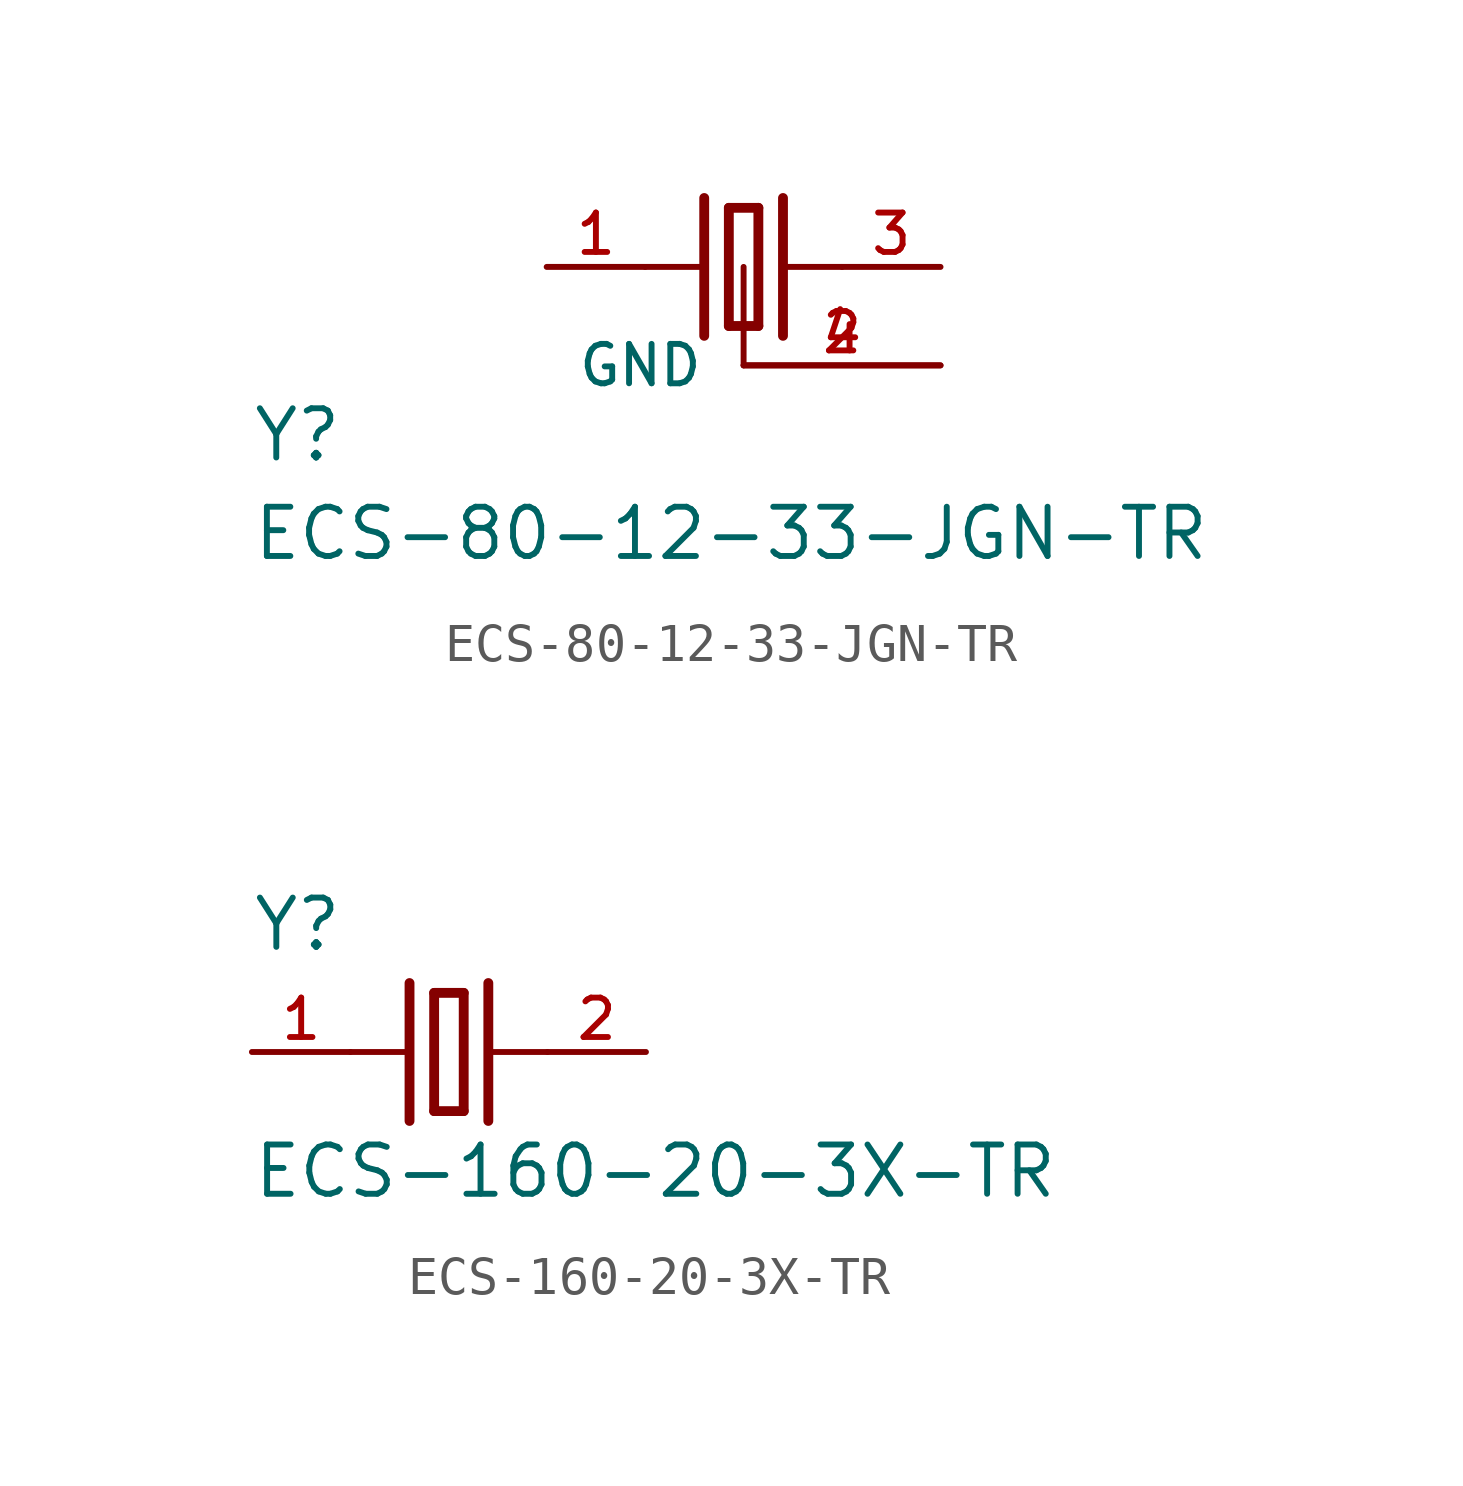
<source format=kicad_sym>
(kicad_symbol_lib
  (version 20220914)
  (generator kicad_symbol_editor)
  (symbol "ECS-80-12-33-JGN-TR"
    (pin_names
      (offset 1.016))
    (property "Reference" "Y"
      (at -12.7 -5.08 0)
      (effects (font (size 1.27 1.27)) (justify left bottom)))
    (property "Value" "ECS-80-12-33-JGN-TR"
      (at -12.7 -7.62 0)
      (effects (font (size 1.27 1.27)) (justify left bottom)))
    (symbol "ECS-80-12-33-JGN-TR_0_0"
      (polyline (pts (xy -2.54 0) (xy -1.016 0)) (stroke (width 0.152) (type default)) (fill (type none)))
      (polyline (pts (xy -1.016 1.778) (xy -1.016 -1.778)) (stroke (width 0.254) (type default)) (fill (type none)))
      (polyline (pts (xy -0.381 -1.524) (xy 0.381 -1.524)) (stroke (width 0.254) (type default)) (fill (type none)))
      (polyline (pts (xy -0.381 1.524) (xy -0.381 -1.524)) (stroke (width 0.254) (type default)) (fill (type none)))
      (polyline (pts (xy 0.381 -1.524) (xy 0.381 1.524)) (stroke (width 0.254) (type default)) (fill (type none)))
      (polyline (pts (xy 0.381 1.524) (xy -0.381 1.524)) (stroke (width 0.254) (type default)) (fill (type none)))
      (polyline (pts (xy 1.016 0) (xy 2.54 0)) (stroke (width 0.152) (type default)) (fill (type none)))
      (polyline (pts (xy 1.016 1.778) (xy 1.016 -1.778)) (stroke (width 0.254) (type default)) (fill (type none)))
      (pin passive line (at -5.08 0 0) (length 2.54) (name "~" (effects (font (size 1.016 1.016)))) (number "1" (effects (font (size 1.016 1.016)))))
      (pin power_in line (at 5.08 -2.54 180) (length 5.08) (name "GND" (effects (font (size 1.016 1.016)))) (number "2" (effects (font (size 1.016 1.016)))))
      (pin passive line (at 5.08 0 180) (length 2.54) (name "~" (effects (font (size 1.016 1.016)))) (number "3" (effects (font (size 1.016 1.016)))))
      (pin power_in line (at 5.08 -2.54 180) (length 5.08) (name "" (effects (font (size 1.016 1.016)))) (number "4" (effects (font (size 1.016 1.016))))))
    (symbol "ECS-80-12-33-JGN-TR_0_1"
      (polyline (pts (xy 0 -2.54) (xy 0 0)) (stroke (width 0) (type default)) (fill (type none)))))
  (symbol "ECS-160-20-3X-TR"
    (pin_names
      (offset 1.016))
    (property "Reference" "Y"
      (at -5.095 2.548 0)
      (effects (font (size 1.27 1.27)) (justify left bottom)))
    (property "Value" "ECS-160-20-3X-TR"
      (at -5.091 -3.819 0)
      (effects (font (size 1.27 1.27)) (justify left bottom)))
    (symbol "ECS-160-20-3X-TR_0_0"
      (polyline (pts (xy -2.54 0) (xy -1.016 0)) (stroke (width 0.152) (type default)) (fill (type none)))
      (polyline (pts (xy -1.016 1.778) (xy -1.016 -1.778)) (stroke (width 0.254) (type default)) (fill (type none)))
      (polyline (pts (xy -0.381 -1.524) (xy 0.381 -1.524)) (stroke (width 0.254) (type default)) (fill (type none)))
      (polyline (pts (xy -0.381 1.524) (xy -0.381 -1.524)) (stroke (width 0.254) (type default)) (fill (type none)))
      (polyline (pts (xy 0.381 -1.524) (xy 0.381 1.524)) (stroke (width 0.254) (type default)) (fill (type none)))
      (polyline (pts (xy 0.381 1.524) (xy -0.381 1.524)) (stroke (width 0.254) (type default)) (fill (type none)))
      (polyline (pts (xy 1.016 0) (xy 2.54 0)) (stroke (width 0.152) (type default)) (fill (type none)))
      (polyline (pts (xy 1.016 1.778) (xy 1.016 -1.778)) (stroke (width 0.254) (type default)) (fill (type none)))
      (pin passive line (at -5.08 0 0) (length 2.54) (name "~" (effects (font (size 1.016 1.016)))) (number "1" (effects (font (size 1.016 1.016)))))
      (pin passive line (at 5.08 0 180) (length 2.54) (name "~" (effects (font (size 1.016 1.016)))) (number "2" (effects (font (size 1.016 1.016))))))))
</source>
